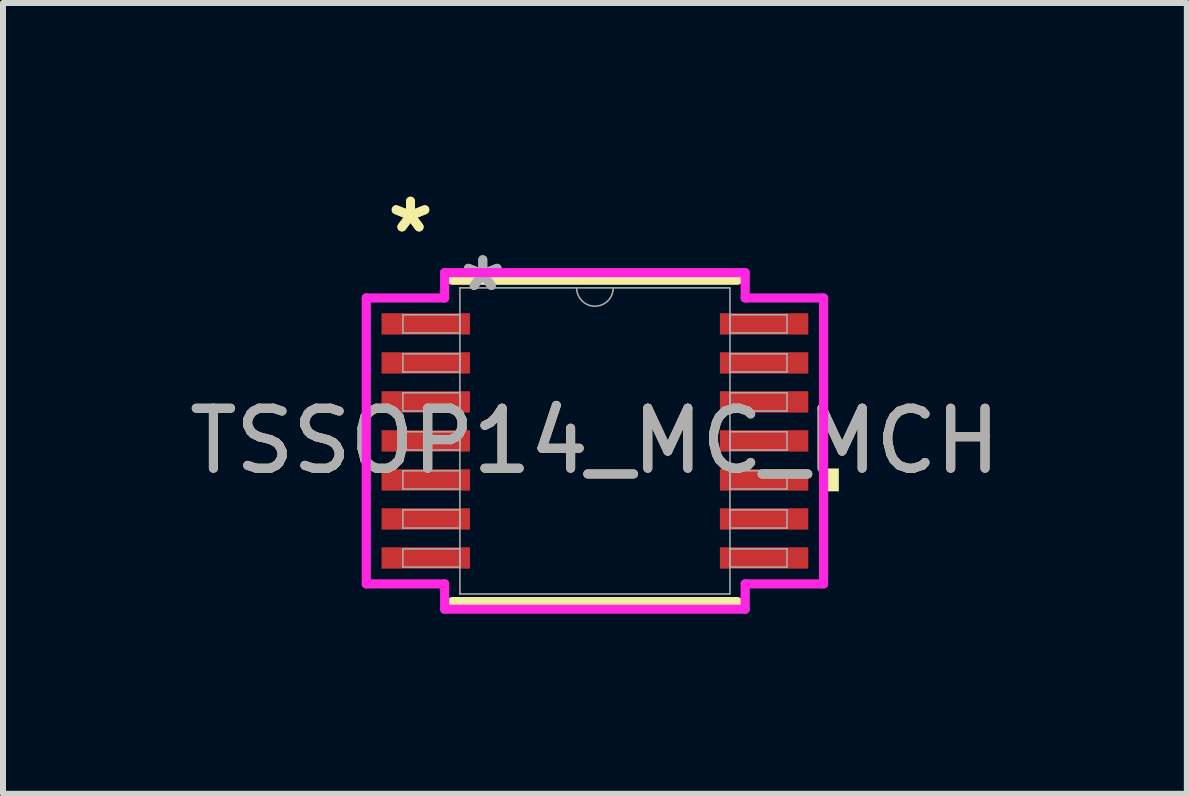
<source format=kicad_pcb>
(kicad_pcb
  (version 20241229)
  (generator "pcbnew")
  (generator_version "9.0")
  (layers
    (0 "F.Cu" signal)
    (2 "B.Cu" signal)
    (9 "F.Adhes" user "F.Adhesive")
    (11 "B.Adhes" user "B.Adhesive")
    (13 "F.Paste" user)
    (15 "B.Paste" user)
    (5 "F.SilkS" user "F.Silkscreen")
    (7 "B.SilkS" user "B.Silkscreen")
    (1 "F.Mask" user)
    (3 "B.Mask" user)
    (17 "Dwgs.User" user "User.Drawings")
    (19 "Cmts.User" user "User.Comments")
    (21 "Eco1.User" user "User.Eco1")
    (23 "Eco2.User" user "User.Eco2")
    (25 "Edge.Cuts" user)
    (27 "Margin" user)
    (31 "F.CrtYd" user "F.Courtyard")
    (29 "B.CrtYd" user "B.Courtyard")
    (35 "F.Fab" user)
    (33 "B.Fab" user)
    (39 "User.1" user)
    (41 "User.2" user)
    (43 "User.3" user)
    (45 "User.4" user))
  (footprint "TSSOP14_MC_MCH"
    (layer "F.Cu")
    (at 6.863 4.297)
    (property "Reference" "TSSOP14_MC_MCH" (at 0 0 0) (unlocked yes) (layer "F.SilkS") (effects (font (size 1 1) (thickness 0.15))))
    (attr smd)
    (fp_line (start -2.377 2.677) (end 2.377 2.677) (stroke (width 0.152) (type solid)) (layer "F.SilkS"))
    (fp_line (start 2.377 -2.677) (end -2.377 -2.677) (stroke (width 0.152) (type solid)) (layer "F.SilkS"))
    (fp_poly (pts (xy 4.064 0.459) (xy 4.064 0.84) (xy 3.81 0.84) (xy 3.81 0.459)) (stroke (width 0) (type solid)) (fill yes) (layer "F.SilkS"))
    (fp_line (start -3.81 -2.382) (end -2.504 -2.382) (stroke (width 0.152) (type solid)) (layer "F.CrtYd"))
    (fp_line (start -3.81 2.382) (end -3.81 -2.382) (stroke (width 0.152) (type solid)) (layer "F.CrtYd"))
    (fp_line (start -3.81 2.382) (end -2.504 2.382) (stroke (width 0.152) (type solid)) (layer "F.CrtYd"))
    (fp_line (start -2.504 -2.804) (end 2.504 -2.804) (stroke (width 0.152) (type solid)) (layer "F.CrtYd"))
    (fp_line (start -2.504 -2.382) (end -2.504 -2.804) (stroke (width 0.152) (type solid)) (layer "F.CrtYd"))
    (fp_line (start -2.504 2.804) (end -2.504 2.382) (stroke (width 0.152) (type solid)) (layer "F.CrtYd"))
    (fp_line (start 2.504 -2.804) (end 2.504 -2.382) (stroke (width 0.152) (type solid)) (layer "F.CrtYd"))
    (fp_line (start 2.504 2.382) (end 2.504 2.804) (stroke (width 0.152) (type solid)) (layer "F.CrtYd"))
    (fp_line (start 2.504 2.804) (end -2.504 2.804) (stroke (width 0.152) (type solid)) (layer "F.CrtYd"))
    (fp_line (start 3.81 -2.382) (end 2.504 -2.382) (stroke (width 0.152) (type solid)) (layer "F.CrtYd"))
    (fp_line (start 3.81 -2.382) (end 3.81 2.382) (stroke (width 0.152) (type solid)) (layer "F.CrtYd"))
    (fp_line (start 3.81 2.382) (end 2.504 2.382) (stroke (width 0.152) (type solid)) (layer "F.CrtYd"))
    (fp_line (start -3.2 -2.102) (end -3.2 -1.798) (stroke (width 0.025) (type solid)) (layer "F.Fab"))
    (fp_line (start -3.2 -1.798) (end -2.25 -1.798) (stroke (width 0.025) (type solid)) (layer "F.Fab"))
    (fp_line (start -3.2 -1.452) (end -3.2 -1.148) (stroke (width 0.025) (type solid)) (layer "F.Fab"))
    (fp_line (start -3.2 -1.148) (end -2.25 -1.148) (stroke (width 0.025) (type solid)) (layer "F.Fab"))
    (fp_line (start -3.2 -0.802) (end -3.2 -0.498) (stroke (width 0.025) (type solid)) (layer "F.Fab"))
    (fp_line (start -3.2 -0.498) (end -2.25 -0.498) (stroke (width 0.025) (type solid)) (layer "F.Fab"))
    (fp_line (start -3.2 -0.152) (end -3.2 0.152) (stroke (width 0.025) (type solid)) (layer "F.Fab"))
    (fp_line (start -3.2 0.152) (end -2.25 0.152) (stroke (width 0.025) (type solid)) (layer "F.Fab"))
    (fp_line (start -3.2 0.498) (end -3.2 0.802) (stroke (width 0.025) (type solid)) (layer "F.Fab"))
    (fp_line (start -3.2 0.802) (end -2.25 0.802) (stroke (width 0.025) (type solid)) (layer "F.Fab"))
    (fp_line (start -3.2 1.148) (end -3.2 1.452) (stroke (width 0.025) (type solid)) (layer "F.Fab"))
    (fp_line (start -3.2 1.452) (end -2.25 1.452) (stroke (width 0.025) (type solid)) (layer "F.Fab"))
    (fp_line (start -3.2 1.798) (end -3.2 2.102) (stroke (width 0.025) (type solid)) (layer "F.Fab"))
    (fp_line (start -3.2 2.102) (end -2.25 2.102) (stroke (width 0.025) (type solid)) (layer "F.Fab"))
    (fp_line (start -2.25 -2.55) (end -2.25 2.55) (stroke (width 0.025) (type solid)) (layer "F.Fab"))
    (fp_line (start -2.25 -2.102) (end -3.2 -2.102) (stroke (width 0.025) (type solid)) (layer "F.Fab"))
    (fp_line (start -2.25 -1.798) (end -2.25 -2.102) (stroke (width 0.025) (type solid)) (layer "F.Fab"))
    (fp_line (start -2.25 -1.452) (end -3.2 -1.452) (stroke (width 0.025) (type solid)) (layer "F.Fab"))
    (fp_line (start -2.25 -1.148) (end -2.25 -1.452) (stroke (width 0.025) (type solid)) (layer "F.Fab"))
    (fp_line (start -2.25 -0.802) (end -3.2 -0.802) (stroke (width 0.025) (type solid)) (layer "F.Fab"))
    (fp_line (start -2.25 -0.498) (end -2.25 -0.802) (stroke (width 0.025) (type solid)) (layer "F.Fab"))
    (fp_line (start -2.25 -0.152) (end -3.2 -0.152) (stroke (width 0.025) (type solid)) (layer "F.Fab"))
    (fp_line (start -2.25 0.152) (end -2.25 -0.152) (stroke (width 0.025) (type solid)) (layer "F.Fab"))
    (fp_line (start -2.25 0.498) (end -3.2 0.498) (stroke (width 0.025) (type solid)) (layer "F.Fab"))
    (fp_line (start -2.25 0.802) (end -2.25 0.498) (stroke (width 0.025) (type solid)) (layer "F.Fab"))
    (fp_line (start -2.25 1.148) (end -3.2 1.148) (stroke (width 0.025) (type solid)) (layer "F.Fab"))
    (fp_line (start -2.25 1.452) (end -2.25 1.148) (stroke (width 0.025) (type solid)) (layer "F.Fab"))
    (fp_line (start -2.25 1.798) (end -3.2 1.798) (stroke (width 0.025) (type solid)) (layer "F.Fab"))
    (fp_line (start -2.25 2.102) (end -2.25 1.798) (stroke (width 0.025) (type solid)) (layer "F.Fab"))
    (fp_line (start -2.25 2.55) (end 2.25 2.55) (stroke (width 0.025) (type solid)) (layer "F.Fab"))
    (fp_line (start 2.25 -2.55) (end -2.25 -2.55) (stroke (width 0.025) (type solid)) (layer "F.Fab"))
    (fp_line (start 2.25 -2.102) (end 2.25 -1.798) (stroke (width 0.025) (type solid)) (layer "F.Fab"))
    (fp_line (start 2.25 -1.798) (end 3.2 -1.798) (stroke (width 0.025) (type solid)) (layer "F.Fab"))
    (fp_line (start 2.25 -1.452) (end 2.25 -1.148) (stroke (width 0.025) (type solid)) (layer "F.Fab"))
    (fp_line (start 2.25 -1.148) (end 3.2 -1.148) (stroke (width 0.025) (type solid)) (layer "F.Fab"))
    (fp_line (start 2.25 -0.802) (end 2.25 -0.498) (stroke (width 0.025) (type solid)) (layer "F.Fab"))
    (fp_line (start 2.25 -0.498) (end 3.2 -0.498) (stroke (width 0.025) (type solid)) (layer "F.Fab"))
    (fp_line (start 2.25 -0.152) (end 2.25 0.152) (stroke (width 0.025) (type solid)) (layer "F.Fab"))
    (fp_line (start 2.25 0.152) (end 3.2 0.152) (stroke (width 0.025) (type solid)) (layer "F.Fab"))
    (fp_line (start 2.25 0.498) (end 2.25 0.802) (stroke (width 0.025) (type solid)) (layer "F.Fab"))
    (fp_line (start 2.25 0.802) (end 3.2 0.802) (stroke (width 0.025) (type solid)) (layer "F.Fab"))
    (fp_line (start 2.25 1.148) (end 2.25 1.452) (stroke (width 0.025) (type solid)) (layer "F.Fab"))
    (fp_line (start 2.25 1.452) (end 3.2 1.452) (stroke (width 0.025) (type solid)) (layer "F.Fab"))
    (fp_line (start 2.25 1.798) (end 2.25 2.102) (stroke (width 0.025) (type solid)) (layer "F.Fab"))
    (fp_line (start 2.25 2.102) (end 3.2 2.102) (stroke (width 0.025) (type solid)) (layer "F.Fab"))
    (fp_line (start 2.25 2.55) (end 2.25 -2.55) (stroke (width 0.025) (type solid)) (layer "F.Fab"))
    (fp_line (start 3.2 -2.102) (end 2.25 -2.102) (stroke (width 0.025) (type solid)) (layer "F.Fab"))
    (fp_line (start 3.2 -1.798) (end 3.2 -2.102) (stroke (width 0.025) (type solid)) (layer "F.Fab"))
    (fp_line (start 3.2 -1.452) (end 2.25 -1.452) (stroke (width 0.025) (type solid)) (layer "F.Fab"))
    (fp_line (start 3.2 -1.148) (end 3.2 -1.452) (stroke (width 0.025) (type solid)) (layer "F.Fab"))
    (fp_line (start 3.2 -0.802) (end 2.25 -0.802) (stroke (width 0.025) (type solid)) (layer "F.Fab"))
    (fp_line (start 3.2 -0.498) (end 3.2 -0.802) (stroke (width 0.025) (type solid)) (layer "F.Fab"))
    (fp_line (start 3.2 -0.152) (end 2.25 -0.152) (stroke (width 0.025) (type solid)) (layer "F.Fab"))
    (fp_line (start 3.2 0.152) (end 3.2 -0.152) (stroke (width 0.025) (type solid)) (layer "F.Fab"))
    (fp_line (start 3.2 0.498) (end 2.25 0.498) (stroke (width 0.025) (type solid)) (layer "F.Fab"))
    (fp_line (start 3.2 0.802) (end 3.2 0.498) (stroke (width 0.025) (type solid)) (layer "F.Fab"))
    (fp_line (start 3.2 1.148) (end 2.25 1.148) (stroke (width 0.025) (type solid)) (layer "F.Fab"))
    (fp_line (start 3.2 1.452) (end 3.2 1.148) (stroke (width 0.025) (type solid)) (layer "F.Fab"))
    (fp_line (start 3.2 1.798) (end 2.25 1.798) (stroke (width 0.025) (type solid)) (layer "F.Fab"))
    (fp_line (start 3.2 2.102) (end 3.2 1.798) (stroke (width 0.025) (type solid)) (layer "F.Fab"))
    (fp_arc (start 0.3048 -2.55) (mid 0 -2.2452) (end -0.3048 -2.55) (stroke (width 0.0254) (type solid)) (layer "F.Fab"))
    (fp_text user "*" (at -3.073 -3.449 0) (unlocked yes) (layer "F.SilkS") (effects (font (size 1 1) (thickness 0.15))))
    (fp_text user "*" (at -3.073 -3.449 0) (layer "F.SilkS") (effects (font (size 1 1) (thickness 0.15))))
    (fp_text user "${REFERENCE}" (at 0 0 0) (unlocked yes) (layer "F.Fab") (effects (font (size 1 1) (thickness 0.15))))
    (fp_text user "*" (at -1.869 -2.474 0) (layer "F.Fab") (effects (font (size 1 1) (thickness 0.15))))
    (fp_text user "*" (at -1.869 -2.474 0) (unlocked yes) (layer "F.Fab") (effects (font (size 1 1) (thickness 0.15))))
    (pad "1" smd rect (at -2.819 -1.95) (size 1.473 0.356) (layers "F.Cu" "F.Mask" "F.Paste"))
    (pad "2" smd rect (at -2.819 -1.3) (size 1.473 0.356) (layers "F.Cu" "F.Mask" "F.Paste"))
    (pad "3" smd rect (at -2.819 -0.65) (size 1.473 0.356) (layers "F.Cu" "F.Mask" "F.Paste"))
    (pad "4" smd rect (at -2.819 0) (size 1.473 0.356) (layers "F.Cu" "F.Mask" "F.Paste"))
    (pad "5" smd rect (at -2.819 0.65) (size 1.473 0.356) (layers "F.Cu" "F.Mask" "F.Paste"))
    (pad "6" smd rect (at -2.819 1.3) (size 1.473 0.356) (layers "F.Cu" "F.Mask" "F.Paste"))
    (pad "7" smd rect (at -2.819 1.95) (size 1.473 0.356) (layers "F.Cu" "F.Mask" "F.Paste"))
    (pad "8" smd rect (at 2.819 1.95) (size 1.473 0.356) (layers "F.Cu" "F.Mask" "F.Paste"))
    (pad "9" smd rect (at 2.819 1.3) (size 1.473 0.356) (layers "F.Cu" "F.Mask" "F.Paste"))
    (pad "10" smd rect (at 2.819 0.65) (size 1.473 0.356) (layers "F.Cu" "F.Mask" "F.Paste"))
    (pad "11" smd rect (at 2.819 0) (size 1.473 0.356) (layers "F.Cu" "F.Mask" "F.Paste"))
    (pad "12" smd rect (at 2.819 -0.65) (size 1.473 0.356) (layers "F.Cu" "F.Mask" "F.Paste"))
    (pad "13" smd rect (at 2.819 -1.3) (size 1.473 0.356) (layers "F.Cu" "F.Mask" "F.Paste"))
    (pad "14" smd rect (at 2.819 -1.95) (size 1.473 0.356) (layers "F.Cu" "F.Mask" "F.Paste")))
  (gr_rect
    (start -3 -3)
    (end 16.726 10.177)
    (stroke (width 0.1) (type default))
    (fill no)
    (layer "Edge.Cuts")))
</source>
